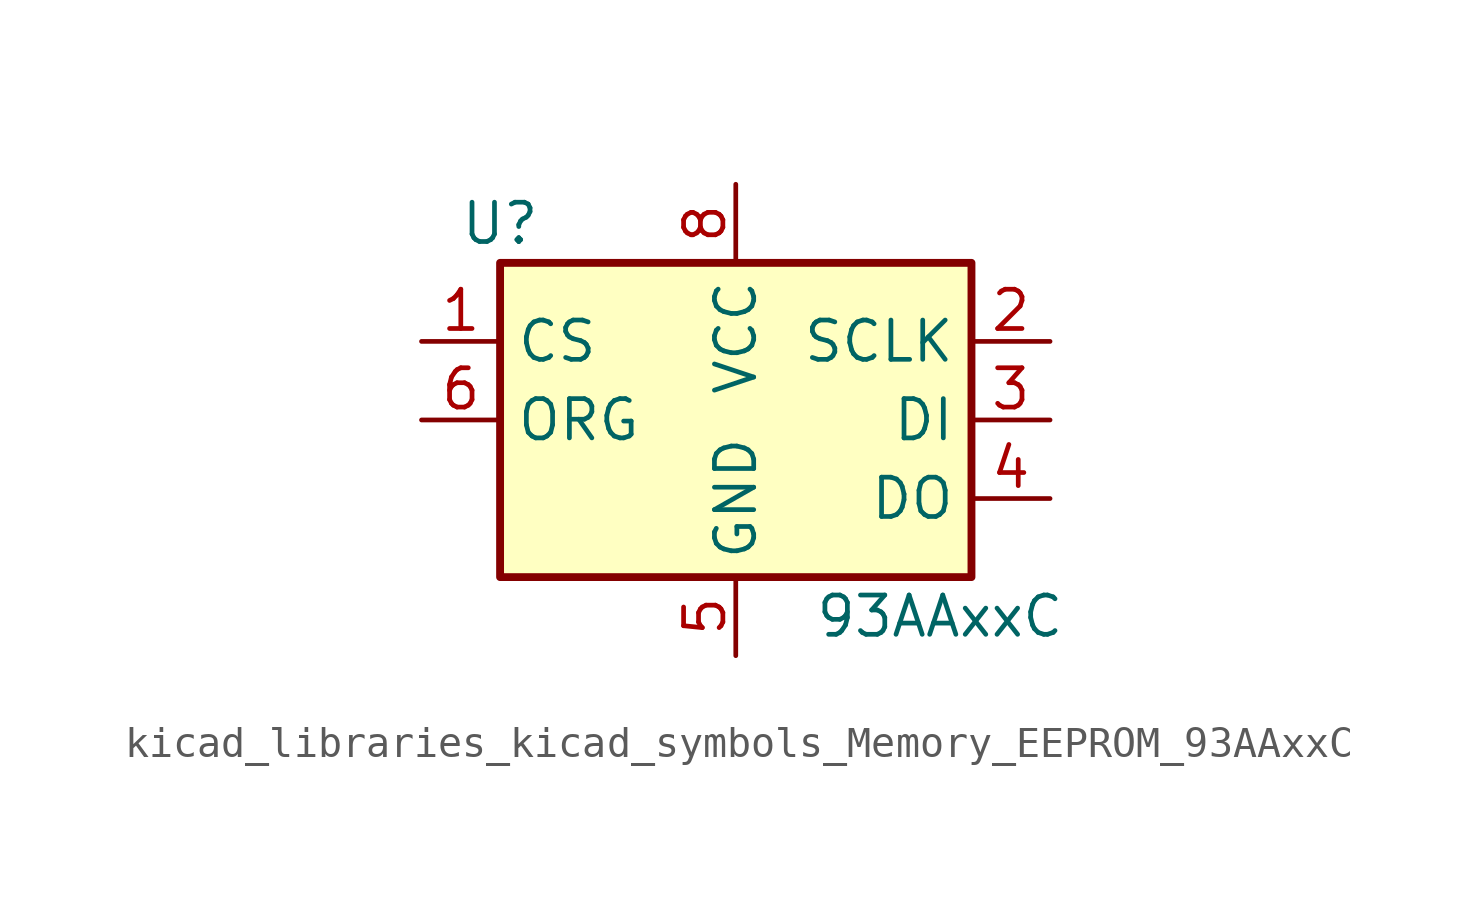
<source format=kicad_sym>
(kicad_symbol_lib
  (version 20220914)
  (generator kicad_symbol_editor)
  (symbol "kicad_libraries_kicad_symbols_Memory_EEPROM_93AAxxC"
    (property "Reference" "U"
      (at -7.62 6.35 0)
      (effects (font (size 1.27 1.27))))
    (property "Value" "93AAxxC"
      (at 2.54 -6.35 0)
      (effects (font (size 1.27 1.27)) (justify left)))
    (symbol "kicad_libraries_kicad_symbols_Memory_EEPROM_93AAxxC_1_1"
      (rectangle (start -7.62 5.08) (end 7.62 -5.08) (stroke (width 0.254) (type default)) (fill (type background)))
      (pin input line (at -10.16 2.54 0) (length 2.54) (name "CS" (effects (font (size 1.27 1.27)))) (number "1" (effects (font (size 1.27 1.27)))))
      (pin input line (at 10.16 2.54 180) (length 2.54) (name "SCLK" (effects (font (size 1.27 1.27)))) (number "2" (effects (font (size 1.27 1.27)))))
      (pin input line (at 10.16 0 180) (length 2.54) (name "DI" (effects (font (size 1.27 1.27)))) (number "3" (effects (font (size 1.27 1.27)))))
      (pin tri_state line (at 10.16 -2.54 180) (length 2.54) (name "DO" (effects (font (size 1.27 1.27)))) (number "4" (effects (font (size 1.27 1.27)))))
      (pin power_in line (at 0 -7.62 90) (length 2.54) (name "GND" (effects (font (size 1.27 1.27)))) (number "5" (effects (font (size 1.27 1.27)))))
      (pin input line (at -10.16 0 0) (length 2.54) (name "ORG" (effects (font (size 1.27 1.27)))) (number "6" (effects (font (size 1.27 1.27)))))
      (pin no_connect line (at -7.62 -2.54 0) (length 2.54) hide (name "NC" (effects (font (size 1.27 1.27)))) (number "7" (effects (font (size 1.27 1.27)))))
      (pin power_in line (at 0 7.62 270) (length 2.54) (name "VCC" (effects (font (size 1.27 1.27)))) (number "8" (effects (font (size 1.27 1.27))))))))
</source>
